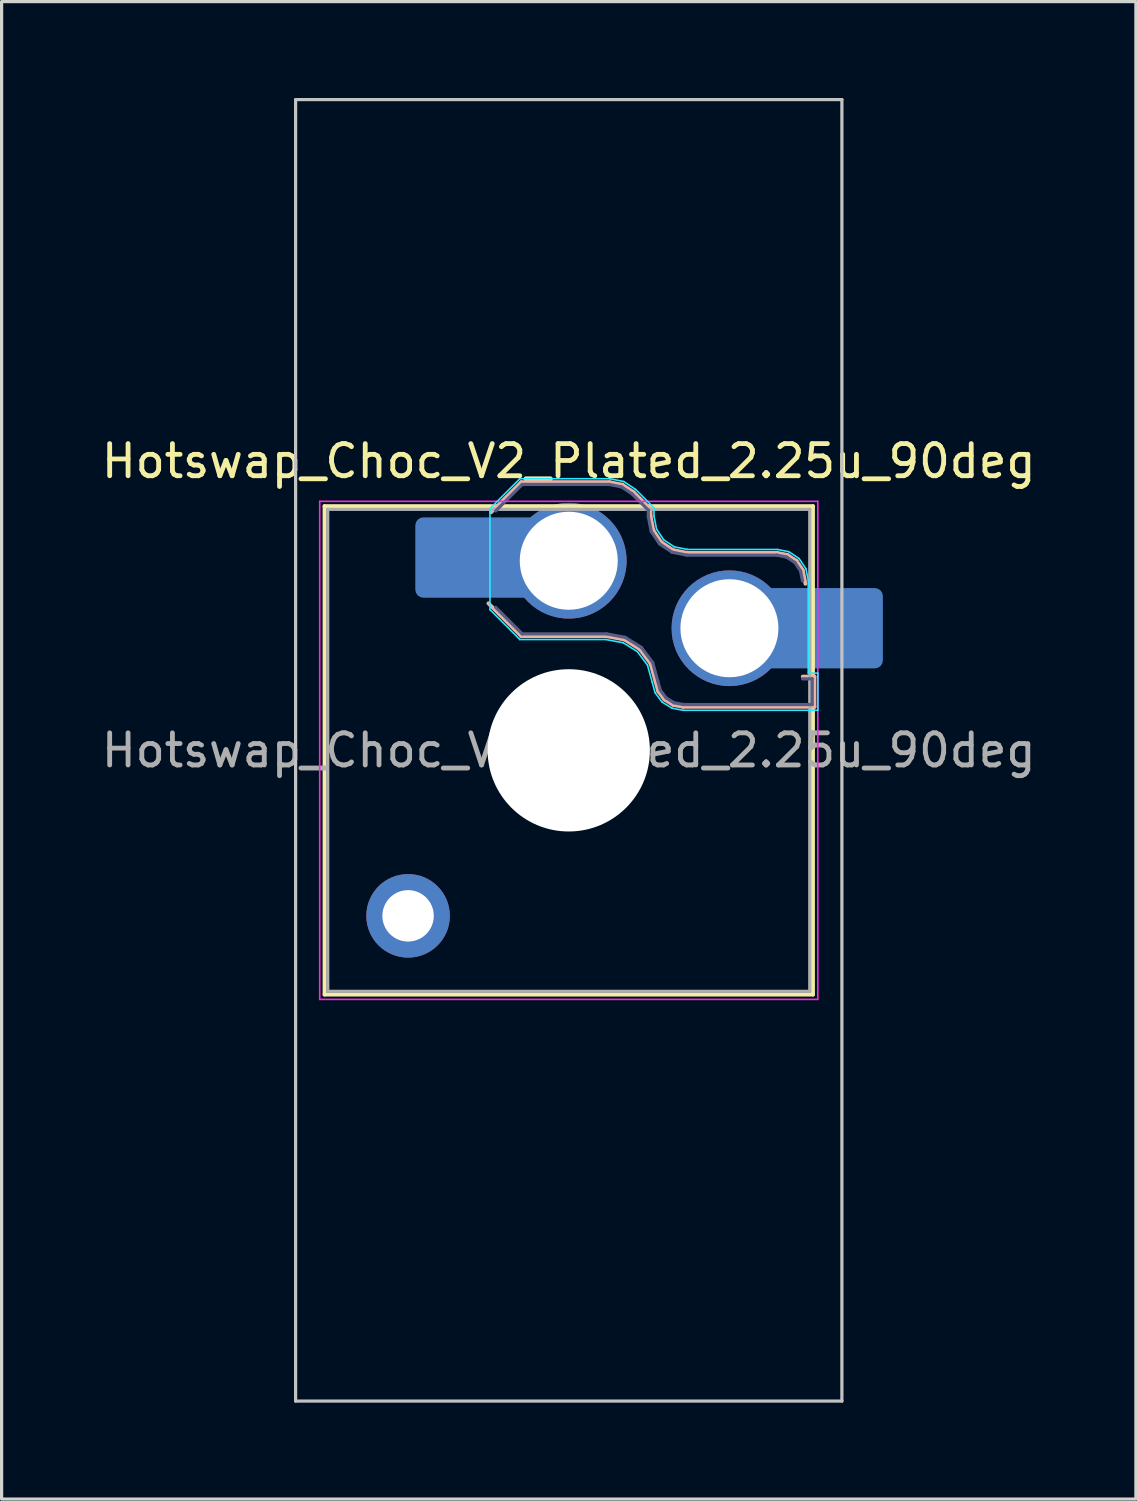
<source format=kicad_pcb>
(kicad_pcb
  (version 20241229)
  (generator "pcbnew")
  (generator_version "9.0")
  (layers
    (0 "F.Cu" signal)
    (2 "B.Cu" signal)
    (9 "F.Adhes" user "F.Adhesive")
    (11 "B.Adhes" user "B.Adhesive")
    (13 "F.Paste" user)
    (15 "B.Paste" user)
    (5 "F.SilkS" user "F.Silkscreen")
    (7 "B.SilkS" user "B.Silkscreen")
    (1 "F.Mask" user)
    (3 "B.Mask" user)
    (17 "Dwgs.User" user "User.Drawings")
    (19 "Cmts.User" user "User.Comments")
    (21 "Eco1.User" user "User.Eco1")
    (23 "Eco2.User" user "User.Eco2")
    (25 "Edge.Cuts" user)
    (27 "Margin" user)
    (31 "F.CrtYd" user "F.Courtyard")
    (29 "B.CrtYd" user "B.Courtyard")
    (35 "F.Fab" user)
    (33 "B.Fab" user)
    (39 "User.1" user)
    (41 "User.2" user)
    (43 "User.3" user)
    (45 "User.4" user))
  (footprint "Hotswap_Choc_V2_Plated_2.25u_90deg"
    (layer "F.Cu")
    (at 14.649 20.3)
    (property "Reference" "Hotswap_Choc_V2_Plated_2.25u_90deg" (at 0 -9 0) (layer "F.SilkS") (effects (font (size 1 1) (thickness 0.15))))
    (attr smd allow_soldermask_bridges)
    (fp_line (start -7.6 -7.6) (end -7.6 7.6) (stroke (width 0.12) (type solid)) (layer "F.SilkS"))
    (fp_line (start -7.6 7.6) (end 7.6 7.6) (stroke (width 0.12) (type solid)) (layer "F.SilkS"))
    (fp_line (start 7.6 -7.6) (end -7.6 -7.6) (stroke (width 0.12) (type solid)) (layer "F.SilkS"))
    (fp_line (start 7.6 7.6) (end 7.6 -7.6) (stroke (width 0.12) (type solid)) (layer "F.SilkS"))
    (fp_line (start -2.416 -7.409) (end -1.479 -8.346) (stroke (width 0.12) (type solid)) (layer "B.SilkS"))
    (fp_line (start -1.479 -8.346) (end 1.268 -8.346) (stroke (width 0.12) (type solid)) (layer "B.SilkS"))
    (fp_line (start -1.479 -3.554) (end -2.5 -4.575) (stroke (width 0.12) (type solid)) (layer "B.SilkS"))
    (fp_line (start 1.168 -3.554) (end -1.479 -3.554) (stroke (width 0.12) (type solid)) (layer "B.SilkS"))
    (fp_line (start 1.268 -8.346) (end 1.671 -8.266) (stroke (width 0.12) (type solid)) (layer "B.SilkS"))
    (fp_line (start 1.671 -8.266) (end 2.013 -8.037) (stroke (width 0.12) (type solid)) (layer "B.SilkS"))
    (fp_line (start 1.73 -3.449) (end 1.168 -3.554) (stroke (width 0.12) (type solid)) (layer "B.SilkS"))
    (fp_line (start 2.013 -8.037) (end 2.546 -7.504) (stroke (width 0.12) (type solid)) (layer "B.SilkS"))
    (fp_line (start 2.209 -3.15) (end 1.73 -3.449) (stroke (width 0.12) (type solid)) (layer "B.SilkS"))
    (fp_line (start 2.546 -7.504) (end 2.546 -7.282) (stroke (width 0.12) (type solid)) (layer "B.SilkS"))
    (fp_line (start 2.546 -7.282) (end 2.633 -6.844) (stroke (width 0.12) (type solid)) (layer "B.SilkS"))
    (fp_line (start 2.547 -2.697) (end 2.209 -3.15) (stroke (width 0.12) (type solid)) (layer "B.SilkS"))
    (fp_line (start 2.633 -6.844) (end 2.877 -6.477) (stroke (width 0.12) (type solid)) (layer "B.SilkS"))
    (fp_line (start 2.701 -2.139) (end 2.547 -2.697) (stroke (width 0.12) (type solid)) (layer "B.SilkS"))
    (fp_line (start 2.783 -1.841) (end 2.701 -2.139) (stroke (width 0.12) (type solid)) (layer "B.SilkS"))
    (fp_line (start 2.877 -6.477) (end 3.244 -6.233) (stroke (width 0.12) (type solid)) (layer "B.SilkS"))
    (fp_line (start 2.976 -1.583) (end 2.783 -1.841) (stroke (width 0.12) (type solid)) (layer "B.SilkS"))
    (fp_line (start 3.244 -6.233) (end 3.682 -6.146) (stroke (width 0.12) (type solid)) (layer "B.SilkS"))
    (fp_line (start 3.25 -1.413) (end 2.976 -1.583) (stroke (width 0.12) (type solid)) (layer "B.SilkS"))
    (fp_line (start 3.56 -1.354) (end 3.25 -1.413) (stroke (width 0.12) (type solid)) (layer "B.SilkS"))
    (fp_line (start 3.682 -6.146) (end 6.482 -6.146) (stroke (width 0.12) (type solid)) (layer "B.SilkS"))
    (fp_line (start 6.482 -6.146) (end 6.809 -6.081) (stroke (width 0.12) (type solid)) (layer "B.SilkS"))
    (fp_line (start 6.809 -6.081) (end 7.092 -5.892) (stroke (width 0.12) (type solid)) (layer "B.SilkS"))
    (fp_line (start 7.092 -5.892) (end 7.281 -5.609) (stroke (width 0.12) (type solid)) (layer "B.SilkS"))
    (fp_line (start 7.281 -5.609) (end 7.366 -5.182) (stroke (width 0.12) (type solid)) (layer "B.SilkS"))
    (fp_line (start 7.283 -2.296) (end 7.646 -2.296) (stroke (width 0.12) (type solid)) (layer "B.SilkS"))
    (fp_line (start 7.646 -2.296) (end 7.646 -1.354) (stroke (width 0.12) (type solid)) (layer "B.SilkS"))
    (fp_line (start 7.646 -1.354) (end 3.56 -1.354) (stroke (width 0.12) (type solid)) (layer "B.SilkS"))
    (fp_line (start -8.5 -20.25) (end 8.5 -20.25) (stroke (width 0.1) (type solid)) (layer "Dwgs.User"))
    (fp_line (start -8.5 20.25) (end -8.5 -20.25) (stroke (width 0.1) (type solid)) (layer "Dwgs.User"))
    (fp_line (start 8.5 -20.25) (end 8.5 20.25) (stroke (width 0.1) (type solid)) (layer "Dwgs.User"))
    (fp_line (start 8.5 20.25) (end -8.5 20.25) (stroke (width 0.1) (type solid)) (layer "Dwgs.User"))
    (fp_line (start -7.25 -7.25) (end -7.25 7.25) (stroke (width 0.1) (type solid)) (layer "Eco1.User"))
    (fp_line (start -7.25 7.25) (end 7.25 7.25) (stroke (width 0.1) (type solid)) (layer "Eco1.User"))
    (fp_line (start 7.25 -7.25) (end -7.25 -7.25) (stroke (width 0.1) (type solid)) (layer "Eco1.User"))
    (fp_line (start 7.25 7.25) (end 7.25 -7.25) (stroke (width 0.1) (type solid)) (layer "Eco1.User"))
    (fp_line (start -2.452 -7.523) (end -1.523 -8.452) (stroke (width 0.05) (type solid)) (layer "B.CrtYd"))
    (fp_line (start -2.452 -4.377) (end -2.452 -7.523) (stroke (width 0.05) (type solid)) (layer "B.CrtYd"))
    (fp_line (start -1.523 -8.452) (end 1.278 -8.452) (stroke (width 0.05) (type solid)) (layer "B.CrtYd"))
    (fp_line (start -1.523 -3.448) (end -2.452 -4.377) (stroke (width 0.05) (type solid)) (layer "B.CrtYd"))
    (fp_line (start 1.159 -3.448) (end -1.523 -3.448) (stroke (width 0.05) (type solid)) (layer "B.CrtYd"))
    (fp_line (start 1.278 -8.452) (end 1.712 -8.366) (stroke (width 0.05) (type solid)) (layer "B.CrtYd"))
    (fp_line (start 1.691 -3.348) (end 1.159 -3.448) (stroke (width 0.05) (type solid)) (layer "B.CrtYd"))
    (fp_line (start 1.712 -8.366) (end 2.081 -8.119) (stroke (width 0.05) (type solid)) (layer "B.CrtYd"))
    (fp_line (start 2.081 -8.119) (end 2.652 -7.548) (stroke (width 0.05) (type solid)) (layer "B.CrtYd"))
    (fp_line (start 2.136 -3.071) (end 1.691 -3.348) (stroke (width 0.05) (type solid)) (layer "B.CrtYd"))
    (fp_line (start 2.45 -2.65) (end 2.136 -3.071) (stroke (width 0.05) (type solid)) (layer "B.CrtYd"))
    (fp_line (start 2.599 -2.111) (end 2.45 -2.65) (stroke (width 0.05) (type solid)) (layer "B.CrtYd"))
    (fp_line (start 2.652 -7.548) (end 2.652 -7.292) (stroke (width 0.05) (type solid)) (layer "B.CrtYd"))
    (fp_line (start 2.652 -7.292) (end 2.733 -6.885) (stroke (width 0.05) (type solid)) (layer "B.CrtYd"))
    (fp_line (start 2.687 -1.794) (end 2.599 -2.111) (stroke (width 0.05) (type solid)) (layer "B.CrtYd"))
    (fp_line (start 2.733 -6.885) (end 2.953 -6.553) (stroke (width 0.05) (type solid)) (layer "B.CrtYd"))
    (fp_line (start 2.903 -1.503) (end 2.687 -1.794) (stroke (width 0.05) (type solid)) (layer "B.CrtYd"))
    (fp_line (start 2.953 -6.553) (end 3.285 -6.333) (stroke (width 0.05) (type solid)) (layer "B.CrtYd"))
    (fp_line (start 3.211 -1.312) (end 2.903 -1.503) (stroke (width 0.05) (type solid)) (layer "B.CrtYd"))
    (fp_line (start 3.285 -6.333) (end 3.692 -6.252) (stroke (width 0.05) (type solid)) (layer "B.CrtYd"))
    (fp_line (start 3.55 -1.248) (end 3.211 -1.312) (stroke (width 0.05) (type solid)) (layer "B.CrtYd"))
    (fp_line (start 3.692 -6.252) (end 6.492 -6.252) (stroke (width 0.05) (type solid)) (layer "B.CrtYd"))
    (fp_line (start 6.492 -6.252) (end 6.85 -6.181) (stroke (width 0.05) (type solid)) (layer "B.CrtYd"))
    (fp_line (start 6.85 -6.181) (end 7.168 -5.968) (stroke (width 0.05) (type solid)) (layer "B.CrtYd"))
    (fp_line (start 7.168 -5.968) (end 7.381 -5.65) (stroke (width 0.05) (type solid)) (layer "B.CrtYd"))
    (fp_line (start 7.381 -5.65) (end 7.452 -5.292) (stroke (width 0.05) (type solid)) (layer "B.CrtYd"))
    (fp_line (start 7.452 -5.292) (end 7.452 -2.402) (stroke (width 0.05) (type solid)) (layer "B.CrtYd"))
    (fp_line (start 7.452 -2.402) (end 7.752 -2.402) (stroke (width 0.05) (type solid)) (layer "B.CrtYd"))
    (fp_line (start 7.752 -2.402) (end 7.752 -1.248) (stroke (width 0.05) (type solid)) (layer "B.CrtYd"))
    (fp_line (start 7.752 -1.248) (end 3.55 -1.248) (stroke (width 0.05) (type solid)) (layer "B.CrtYd"))
    (fp_line (start -7.75 -7.75) (end -7.75 7.75) (stroke (width 0.05) (type solid)) (layer "F.CrtYd"))
    (fp_line (start -7.75 7.75) (end 7.75 7.75) (stroke (width 0.05) (type solid)) (layer "F.CrtYd"))
    (fp_line (start 7.75 -7.75) (end -7.75 -7.75) (stroke (width 0.05) (type solid)) (layer "F.CrtYd"))
    (fp_line (start 7.75 7.75) (end 7.75 -7.75) (stroke (width 0.05) (type solid)) (layer "F.CrtYd"))
    (fp_line (start -2.275 -7.45) (end -1.45 -8.275) (stroke (width 0.1) (type solid)) (layer "B.Fab"))
    (fp_line (start -1.45 -8.275) (end 1.261 -8.275) (stroke (width 0.1) (type solid)) (layer "B.Fab"))
    (fp_line (start -1.45 -3.625) (end -2.275 -4.45) (stroke (width 0.1) (type solid)) (layer "B.Fab"))
    (fp_line (start 1.175 -3.625) (end -1.45 -3.625) (stroke (width 0.1) (type solid)) (layer "B.Fab"))
    (fp_line (start 1.261 -8.275) (end 1.643 -8.199) (stroke (width 0.1) (type solid)) (layer "B.Fab"))
    (fp_line (start 1.643 -8.199) (end 1.968 -7.982) (stroke (width 0.1) (type solid)) (layer "B.Fab"))
    (fp_line (start 1.756 -3.516) (end 1.175 -3.625) (stroke (width 0.1) (type solid)) (layer "B.Fab"))
    (fp_line (start 1.968 -7.982) (end 2.475 -7.475) (stroke (width 0.1) (type solid)) (layer "B.Fab"))
    (fp_line (start 2.258 -3.203) (end 1.756 -3.516) (stroke (width 0.1) (type solid)) (layer "B.Fab"))
    (fp_line (start 2.475 -7.475) (end 2.475 -7.275) (stroke (width 0.1) (type solid)) (layer "B.Fab"))
    (fp_line (start 2.475 -7.275) (end 2.566 -6.816) (stroke (width 0.1) (type solid)) (layer "B.Fab"))
    (fp_line (start 2.566 -6.816) (end 2.826 -6.426) (stroke (width 0.1) (type solid)) (layer "B.Fab"))
    (fp_line (start 2.612 -2.729) (end 2.258 -3.203) (stroke (width 0.1) (type solid)) (layer "B.Fab"))
    (fp_line (start 2.769 -2.158) (end 2.612 -2.729) (stroke (width 0.1) (type solid)) (layer "B.Fab"))
    (fp_line (start 2.826 -6.426) (end 3.216 -6.166) (stroke (width 0.1) (type solid)) (layer "B.Fab"))
    (fp_line (start 2.848 -1.873) (end 2.769 -2.158) (stroke (width 0.1) (type solid)) (layer "B.Fab"))
    (fp_line (start 3.025 -1.636) (end 2.848 -1.873) (stroke (width 0.1) (type solid)) (layer "B.Fab"))
    (fp_line (start 3.216 -6.166) (end 3.675 -6.075) (stroke (width 0.1) (type solid)) (layer "B.Fab"))
    (fp_line (start 3.276 -1.48) (end 3.025 -1.636) (stroke (width 0.1) (type solid)) (layer "B.Fab"))
    (fp_line (start 3.567 -1.425) (end 3.276 -1.48) (stroke (width 0.1) (type solid)) (layer "B.Fab"))
    (fp_line (start 3.675 -6.075) (end 6.475 -6.075) (stroke (width 0.1) (type solid)) (layer "B.Fab"))
    (fp_line (start 6.475 -6.075) (end 6.781 -6.014) (stroke (width 0.1) (type solid)) (layer "B.Fab"))
    (fp_line (start 6.781 -6.014) (end 7.041 -5.841) (stroke (width 0.1) (type solid)) (layer "B.Fab"))
    (fp_line (start 7.041 -5.841) (end 7.214 -5.581) (stroke (width 0.1) (type solid)) (layer "B.Fab"))
    (fp_line (start 7.214 -5.581) (end 7.275 -5.275) (stroke (width 0.1) (type solid)) (layer "B.Fab"))
    (fp_line (start 7.275 -2.225) (end 7.575 -2.225) (stroke (width 0.1) (type solid)) (layer "B.Fab"))
    (fp_line (start 7.575 -2.225) (end 7.575 -1.425) (stroke (width 0.1) (type solid)) (layer "B.Fab"))
    (fp_line (start 7.575 -1.425) (end 3.567 -1.425) (stroke (width 0.1) (type solid)) (layer "B.Fab"))
    (fp_line (start -7.5 -7.5) (end -7.5 7.5) (stroke (width 0.1) (type solid)) (layer "F.Fab"))
    (fp_line (start -7.5 7.5) (end 7.5 7.5) (stroke (width 0.1) (type solid)) (layer "F.Fab"))
    (fp_line (start 7.5 -7.5) (end -7.5 -7.5) (stroke (width 0.1) (type solid)) (layer "F.Fab"))
    (fp_line (start 7.5 7.5) (end 7.5 -7.5) (stroke (width 0.1) (type solid)) (layer "F.Fab"))
    (fp_text user "${REFERENCE}" (at 0 0 0) (layer "F.Fab") (effects (font (size 1 1) (thickness 0.15))))
    (pad "" thru_hole circle (at -5 5.15) (size 2.6 2.6) (drill 1.6) (layers "*.Cu" "*.Mask"))
    (pad "" smd roundrect (at -3.5 -6) (size 2.55 2.5) (layers "B.Mask" "B.Paste") (roundrect_rratio 0.1))
    (pad "" np_thru_hole circle (at 0 0) (size 5.05 5.05) (drill 5.05) (layers "*.Cu" "*.Mask"))
    (pad "" smd roundrect (at 8.5 -3.8) (size 2.55 2.5) (layers "B.Mask" "B.Paste") (roundrect_rratio 0.1))
    (pad "1" smd roundrect (at -2.85 -6) (size 3.85 2.5) (layers "B.Cu") (roundrect_rratio 0.1))
    (pad "1" thru_hole circle (at 0 -5.9) (size 3.6 3.6) (drill 3.05) (layers "*.Cu" "*.Mask"))
    (pad "2" thru_hole circle (at 5 -3.8) (size 3.6 3.6) (drill 3.05) (layers "*.Cu" "*.Mask"))
    (pad "2" smd roundrect (at 7.85 -3.8) (size 3.85 2.5) (layers "B.Cu") (roundrect_rratio 0.1)))
  (gr_rect
    (start -3 -3)
    (end 32.298 43.6)
    (stroke (width 0.1) (type default))
    (fill no)
    (layer "Edge.Cuts")))
</source>
